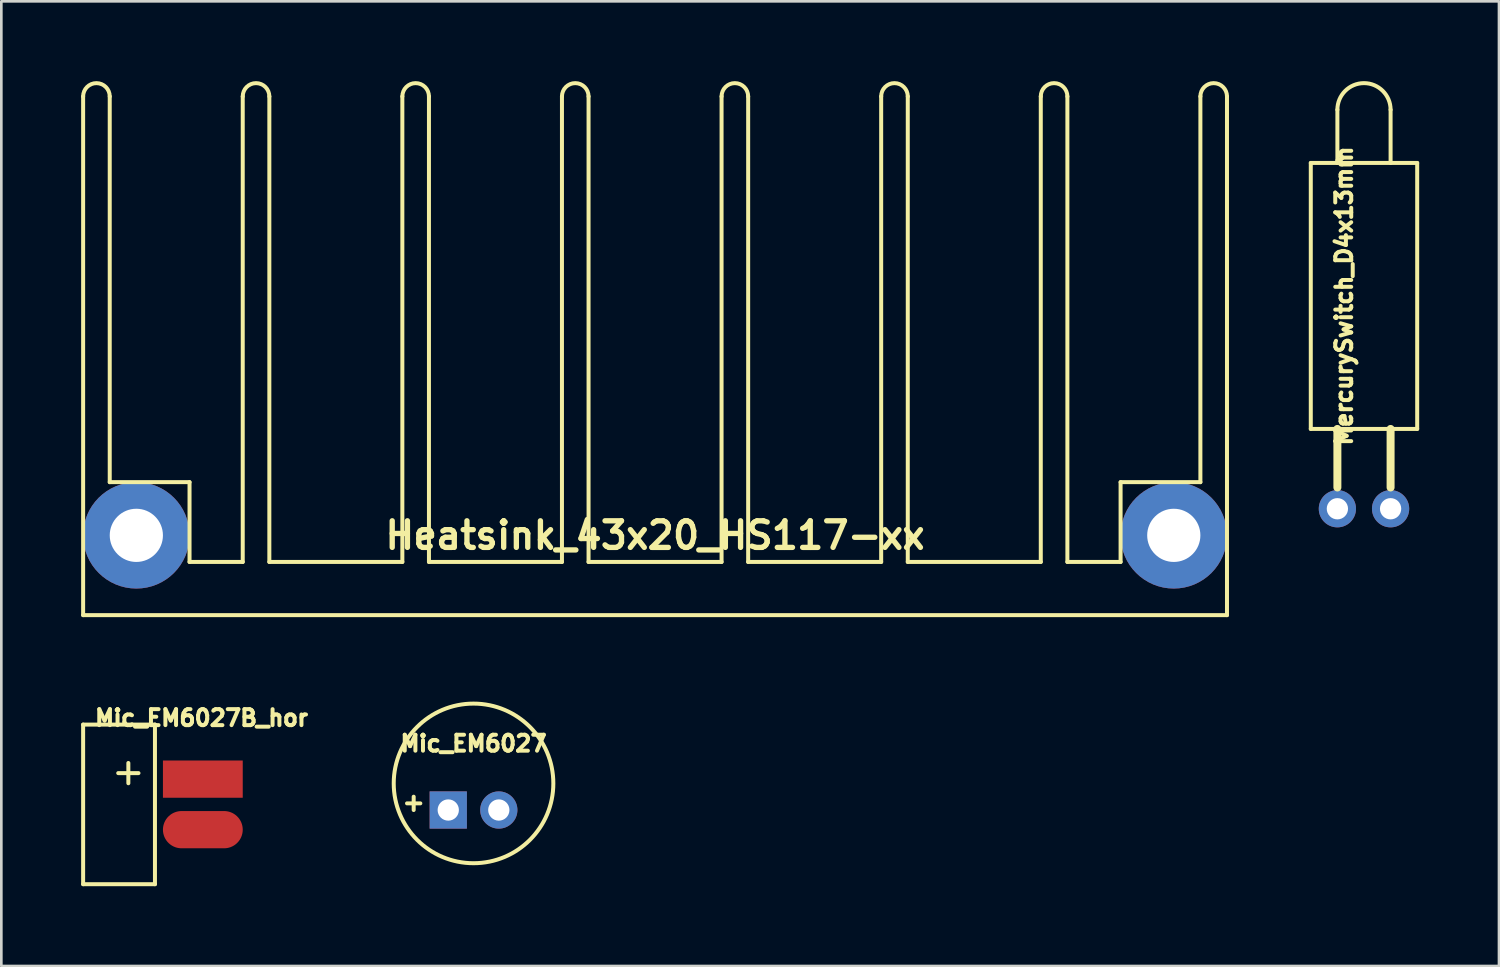
<source format=kicad_pcb>
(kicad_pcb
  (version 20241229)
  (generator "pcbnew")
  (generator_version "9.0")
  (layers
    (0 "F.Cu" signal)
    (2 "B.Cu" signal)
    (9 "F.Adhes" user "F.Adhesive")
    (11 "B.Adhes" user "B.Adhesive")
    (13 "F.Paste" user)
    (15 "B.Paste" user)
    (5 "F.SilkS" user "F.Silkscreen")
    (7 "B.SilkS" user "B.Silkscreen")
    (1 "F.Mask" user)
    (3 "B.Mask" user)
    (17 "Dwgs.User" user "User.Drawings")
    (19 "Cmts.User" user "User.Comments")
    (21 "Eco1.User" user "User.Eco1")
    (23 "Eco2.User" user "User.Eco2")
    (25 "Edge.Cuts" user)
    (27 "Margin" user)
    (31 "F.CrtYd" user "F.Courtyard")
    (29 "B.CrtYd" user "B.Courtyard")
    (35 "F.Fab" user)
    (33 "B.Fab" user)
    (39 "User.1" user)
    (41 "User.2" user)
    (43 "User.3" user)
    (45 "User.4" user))
  (footprint "Heatsink_43x20_HS117-xx"
    (layer "F.Cu")
    (at 21.575 20.075)
    (property "Reference" "Heatsink_43x20_HS117-xx" (at 0 -3 0) (layer "F.SilkS") (effects (font (size 1 1) (thickness 0.2))))
    (attr through_hole)
    (fp_line (start -21.5 -19.5) (end -21.5 0) (stroke (width 0.15) (type solid)) (layer "F.SilkS"))
    (fp_line (start -21.5 0) (end 21.5 0) (stroke (width 0.15) (type solid)) (layer "F.SilkS"))
    (fp_line (start -20.5 -5) (end -20.5 -19.5) (stroke (width 0.15) (type solid)) (layer "F.SilkS"))
    (fp_line (start -17.5 -5) (end -20.5 -5) (stroke (width 0.15) (type solid)) (layer "F.SilkS"))
    (fp_line (start -17.5 -2) (end -17.5 -5) (stroke (width 0.15) (type solid)) (layer "F.SilkS"))
    (fp_line (start -15.5 -19.5) (end -15.5 -2) (stroke (width 0.15) (type solid)) (layer "F.SilkS"))
    (fp_line (start -15.5 -2) (end -17.5 -2) (stroke (width 0.15) (type solid)) (layer "F.SilkS"))
    (fp_line (start -14.5 -2) (end -14.5 -19.5) (stroke (width 0.15) (type solid)) (layer "F.SilkS"))
    (fp_line (start -9.5 -19.5) (end -9.5 -2) (stroke (width 0.15) (type solid)) (layer "F.SilkS"))
    (fp_line (start -9.5 -2) (end -14.5 -2) (stroke (width 0.15) (type solid)) (layer "F.SilkS"))
    (fp_line (start -8.5 -2) (end -8.5 -19.5) (stroke (width 0.15) (type solid)) (layer "F.SilkS"))
    (fp_line (start -3.5 -19.5) (end -3.5 -2) (stroke (width 0.15) (type solid)) (layer "F.SilkS"))
    (fp_line (start -3.5 -2) (end -8.5 -2) (stroke (width 0.15) (type solid)) (layer "F.SilkS"))
    (fp_line (start -2.5 -2) (end -2.5 -19.5) (stroke (width 0.15) (type solid)) (layer "F.SilkS"))
    (fp_line (start 2.5 -19.5) (end 2.5 -2) (stroke (width 0.15) (type solid)) (layer "F.SilkS"))
    (fp_line (start 2.5 -2) (end -2.5 -2) (stroke (width 0.15) (type solid)) (layer "F.SilkS"))
    (fp_line (start 3.5 -2) (end 3.5 -19.5) (stroke (width 0.15) (type solid)) (layer "F.SilkS"))
    (fp_line (start 8.5 -19.5) (end 8.5 -2) (stroke (width 0.15) (type solid)) (layer "F.SilkS"))
    (fp_line (start 8.5 -2) (end 3.5 -2) (stroke (width 0.15) (type solid)) (layer "F.SilkS"))
    (fp_line (start 9.5 -2) (end 9.5 -19.5) (stroke (width 0.15) (type solid)) (layer "F.SilkS"))
    (fp_line (start 14.5 -19.5) (end 14.5 -2) (stroke (width 0.15) (type solid)) (layer "F.SilkS"))
    (fp_line (start 14.5 -2) (end 9.5 -2) (stroke (width 0.15) (type solid)) (layer "F.SilkS"))
    (fp_line (start 15.5 -2) (end 15.5 -19.5) (stroke (width 0.15) (type solid)) (layer "F.SilkS"))
    (fp_line (start 17.5 -5) (end 17.5 -2) (stroke (width 0.15) (type solid)) (layer "F.SilkS"))
    (fp_line (start 17.5 -2) (end 15.5 -2) (stroke (width 0.15) (type solid)) (layer "F.SilkS"))
    (fp_line (start 20.5 -19.5) (end 20.5 -5) (stroke (width 0.15) (type solid)) (layer "F.SilkS"))
    (fp_line (start 20.5 -5) (end 17.5 -5) (stroke (width 0.15) (type solid)) (layer "F.SilkS"))
    (fp_line (start 21.5 0) (end 21.5 -19.5) (stroke (width 0.15) (type solid)) (layer "F.SilkS"))
    (fp_arc (start -21.5 -19.5) (mid -21 -20) (end -20.5 -19.5) (stroke (width 0.15) (type solid)) (layer "F.SilkS"))
    (fp_arc (start -15.5 -19.5) (mid -15 -20) (end -14.5 -19.5) (stroke (width 0.15) (type solid)) (layer "F.SilkS"))
    (fp_arc (start -9.5 -19.5) (mid -9 -20) (end -8.5 -19.5) (stroke (width 0.15) (type solid)) (layer "F.SilkS"))
    (fp_arc (start -3.5 -19.5) (mid -3 -20) (end -2.5 -19.5) (stroke (width 0.15) (type solid)) (layer "F.SilkS"))
    (fp_arc (start 2.5 -19.5) (mid 3 -20) (end 3.5 -19.5) (stroke (width 0.15) (type solid)) (layer "F.SilkS"))
    (fp_arc (start 8.5 -19.5) (mid 9 -20) (end 9.5 -19.5) (stroke (width 0.15) (type solid)) (layer "F.SilkS"))
    (fp_arc (start 14.5 -19.5) (mid 15 -20) (end 15.5 -19.5) (stroke (width 0.15) (type solid)) (layer "F.SilkS"))
    (fp_arc (start 20.5 -19.5) (mid 21 -20) (end 21.5 -19.5) (stroke (width 0.15) (type solid)) (layer "F.SilkS"))
    (pad "" thru_hole circle (at -19.5 -3) (size 4 4) (drill 2) (layers "*.Cu" "*.Mask"))
    (pad "" thru_hole circle (at 19.5 -3) (size 4 4) (drill 2) (layers "*.Cu" "*.Mask")))
  (footprint "Mic_EM6027B_hor"
    (layer "F.Cu")
    (at 2.775 27.189)
    (property "Reference" "Mic_EM6027B_hor" (at 1.75 -3.25 0) (layer "F.SilkS") (effects (font (size 0.6 0.6) (thickness 0.15))))
    (attr through_hole)
    (fp_line (start -2.7 -3) (end -2.7 3) (stroke (width 0.15) (type solid)) (layer "F.SilkS"))
    (fp_line (start -2.7 3) (end 0 3) (stroke (width 0.15) (type solid)) (layer "F.SilkS"))
    (fp_line (start 0 -3) (end -2.7 -3) (stroke (width 0.15) (type solid)) (layer "F.SilkS"))
    (fp_line (start 0 -3) (end 0 3) (stroke (width 0.15) (type solid)) (layer "F.SilkS"))
    (fp_text user "+" (at -1 -1.25 0) (unlocked yes) (layer "F.SilkS") (effects (font (size 1 1) (thickness 0.15))))
    (pad "1" smd rect (at 1.8 -0.95) (size 3 1.4) (layers "F.Cu" "F.Mask" "F.Paste"))
    (pad "2" smd oval (at 1.8 0.95) (size 3 1.4) (layers "F.Cu" "F.Mask" "F.Paste")))
  (footprint "MercurySwitch_D4x13mm"
    (layer "F.Cu")
    (at 48.225 16.075)
    (property "Reference" "MercurySwitch_D4x13mm" (at -0.75 -8 90) (layer "F.SilkS") (effects (font (size 0.6 0.6) (thickness 0.15))))
    (attr through_hole)
    (fp_line (start -2 -13) (end -2 -3) (stroke (width 0.15) (type solid)) (layer "F.SilkS"))
    (fp_line (start -2 -3) (end 2 -3) (stroke (width 0.15) (type solid)) (layer "F.SilkS"))
    (fp_line (start -1 -15) (end -1 -13) (stroke (width 0.15) (type solid)) (layer "F.SilkS"))
    (fp_line (start -1 -13) (end -1 -13.1) (stroke (width 0.15) (type solid)) (layer "F.SilkS"))
    (fp_line (start -1 -3) (end -1 -0.8) (stroke (width 0.3) (type solid)) (layer "F.SilkS"))
    (fp_line (start 1 -15) (end 1 -13) (stroke (width 0.15) (type solid)) (layer "F.SilkS"))
    (fp_line (start 1 -3) (end 1 -0.8) (stroke (width 0.3) (type solid)) (layer "F.SilkS"))
    (fp_line (start 2 -13) (end -2 -13) (stroke (width 0.15) (type solid)) (layer "F.SilkS"))
    (fp_line (start 2 -3) (end 2 -13) (stroke (width 0.15) (type solid)) (layer "F.SilkS"))
    (fp_arc (start -1 -15) (mid 0 -16) (end 1 -15) (stroke (width 0.15) (type solid)) (layer "F.SilkS"))
    (pad "1" thru_hole circle (at -1 0) (size 1.4 1.4) (drill 0.8) (layers "*.Cu" "*.Mask"))
    (pad "2" thru_hole circle (at 1 0) (size 1.4 1.4) (drill 0.8) (layers "*.Cu" "*.Mask")))
  (footprint "Mic_EM6027"
    (layer "F.Cu")
    (at 14.751 26.4)
    (property "Reference" "Mic_EM6027" (at 0 -1.5 0) (layer "F.SilkS") (effects (font (size 0.6 0.6) (thickness 0.15))))
    (attr through_hole)
    (fp_line (start -2.5 0.75) (end -2 0.75) (stroke (width 0.15) (type solid)) (layer "F.SilkS"))
    (fp_line (start -2.25 0.5) (end -2.25 1) (stroke (width 0.15) (type solid)) (layer "F.SilkS"))
    (fp_circle (center 0 0) (end 3 0) (stroke (width 0.15) (type solid)) (fill no) (layer "F.SilkS"))
    (pad "1" thru_hole rect (at -0.95 1) (size 1.4 1.4) (drill 0.8) (layers "*.Cu" "*.Mask"))
    (pad "2" thru_hole circle (at 0.95 1) (size 1.4 1.4) (drill 0.8) (layers "*.Cu" "*.Mask")))
  (gr_rect
    (start -3 -3)
    (end 53.3 33.264)
    (stroke (width 0.1) (type default))
    (fill no)
    (layer "Edge.Cuts")))
</source>
